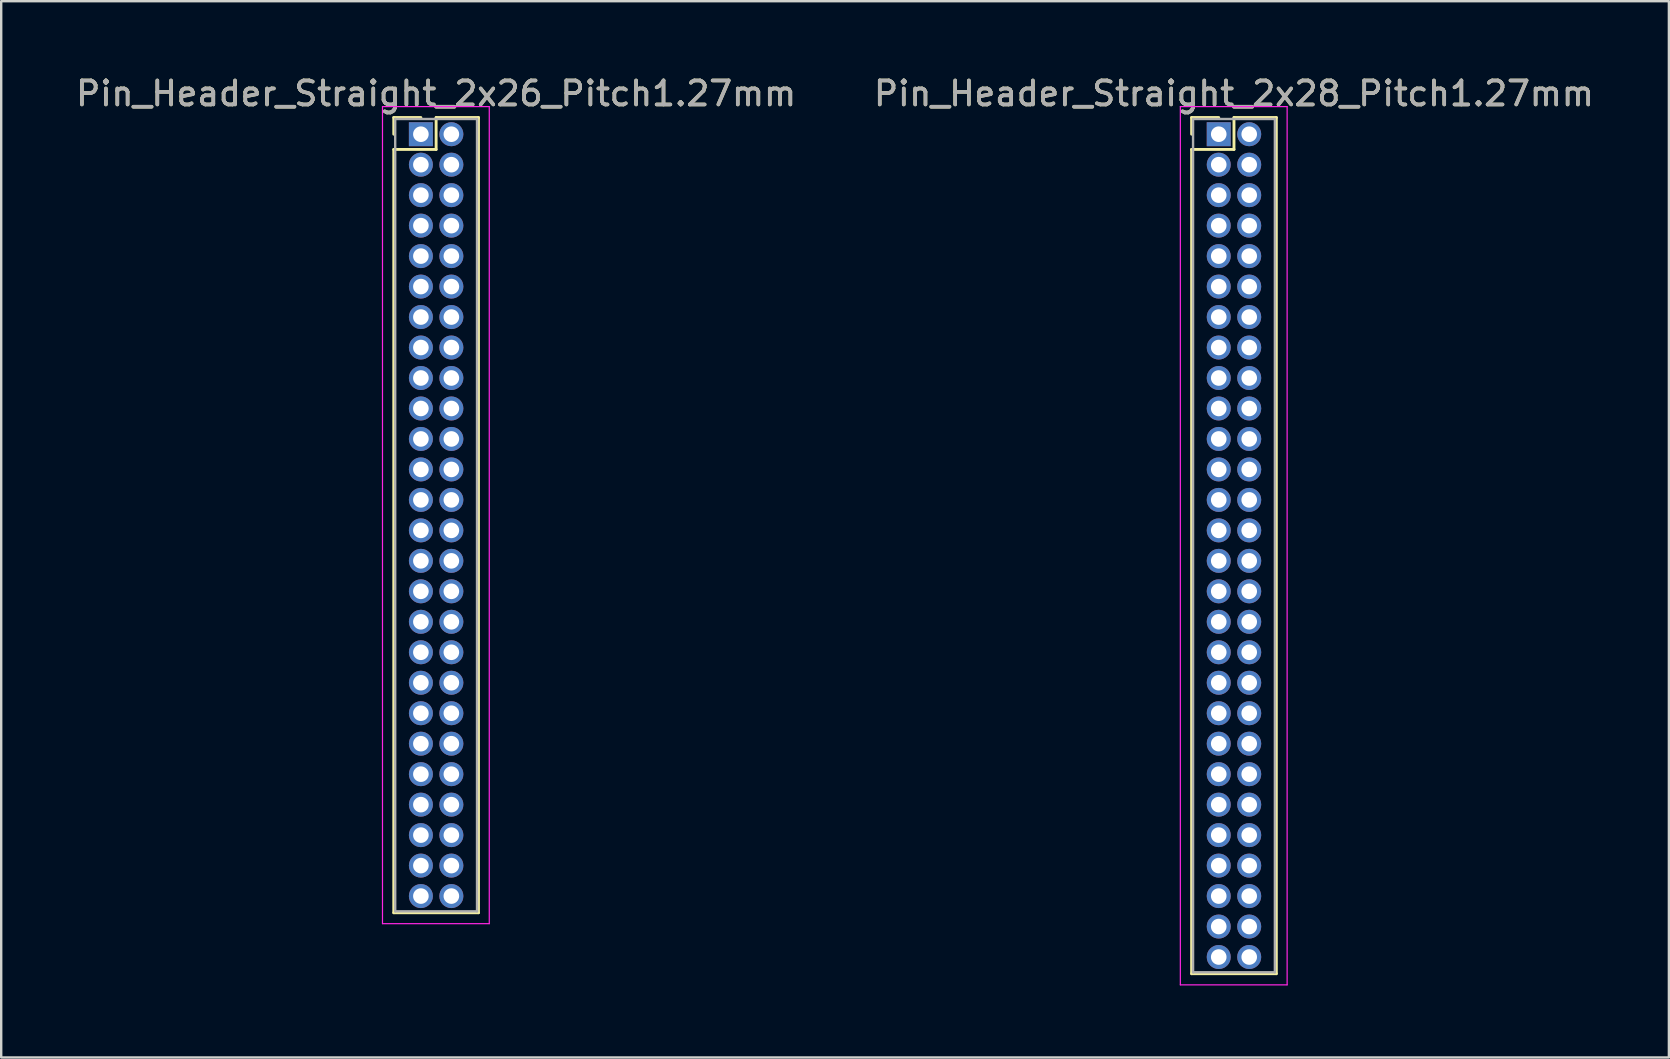
<source format=kicad_pcb>
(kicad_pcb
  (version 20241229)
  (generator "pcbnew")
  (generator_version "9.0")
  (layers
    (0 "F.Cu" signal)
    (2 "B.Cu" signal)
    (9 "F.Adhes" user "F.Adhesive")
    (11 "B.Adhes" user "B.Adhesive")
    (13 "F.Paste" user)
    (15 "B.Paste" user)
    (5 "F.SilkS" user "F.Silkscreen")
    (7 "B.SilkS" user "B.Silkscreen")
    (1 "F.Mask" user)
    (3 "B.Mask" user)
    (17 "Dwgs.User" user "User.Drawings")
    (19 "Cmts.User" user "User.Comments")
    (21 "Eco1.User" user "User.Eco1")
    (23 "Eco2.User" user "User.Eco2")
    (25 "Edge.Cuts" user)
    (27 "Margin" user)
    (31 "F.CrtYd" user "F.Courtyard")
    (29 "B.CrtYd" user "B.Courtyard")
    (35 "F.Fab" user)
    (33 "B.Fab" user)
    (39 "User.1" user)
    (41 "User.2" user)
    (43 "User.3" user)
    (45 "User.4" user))
  (footprint "Pin_Header_Straight_2x28_Pitch1.27mm"
    (layer "F.Cu")
    (at 47.74 2.543)
    (property "Reference" "Pin_Header_Straight_2x28_Pitch1.27mm" (at 0.635 -1.695 0) (layer "F.SilkS") (effects (font (size 1 1) (thickness 0.15))))
    (attr through_hole)
    (fp_line (start -1.13 -0.695) (end 0 -0.695) (stroke (width 0.12) (type solid)) (layer "F.SilkS"))
    (fp_line (start -1.13 0) (end -1.13 -0.695) (stroke (width 0.12) (type solid)) (layer "F.SilkS"))
    (fp_line (start -1.13 0.635) (end -1.13 34.985) (stroke (width 0.12) (type solid)) (layer "F.SilkS"))
    (fp_line (start -1.13 34.985) (end 2.4 34.985) (stroke (width 0.12) (type solid)) (layer "F.SilkS"))
    (fp_line (start 0.635 -0.695) (end 0.635 0.635) (stroke (width 0.12) (type solid)) (layer "F.SilkS"))
    (fp_line (start 0.635 0.635) (end -1.13 0.635) (stroke (width 0.12) (type solid)) (layer "F.SilkS"))
    (fp_line (start 2.4 -0.695) (end 0.635 -0.695) (stroke (width 0.12) (type solid)) (layer "F.SilkS"))
    (fp_line (start 2.4 34.985) (end 2.4 -0.695) (stroke (width 0.12) (type solid)) (layer "F.SilkS"))
    (fp_line (start -1.6 -1.15) (end -1.6 35.45) (stroke (width 0.05) (type solid)) (layer "F.CrtYd"))
    (fp_line (start -1.6 35.45) (end 2.85 35.45) (stroke (width 0.05) (type solid)) (layer "F.CrtYd"))
    (fp_line (start 2.85 -1.15) (end -1.6 -1.15) (stroke (width 0.05) (type solid)) (layer "F.CrtYd"))
    (fp_line (start 2.85 35.45) (end 2.85 -1.15) (stroke (width 0.05) (type solid)) (layer "F.CrtYd"))
    (fp_line (start -1.07 -0.635) (end -1.07 34.925) (stroke (width 0.1) (type solid)) (layer "F.Fab"))
    (fp_line (start -1.07 34.925) (end 2.34 34.925) (stroke (width 0.1) (type solid)) (layer "F.Fab"))
    (fp_line (start 2.34 -0.635) (end -1.07 -0.635) (stroke (width 0.1) (type solid)) (layer "F.Fab"))
    (fp_line (start 2.34 34.925) (end 2.34 -0.635) (stroke (width 0.1) (type solid)) (layer "F.Fab"))
    (fp_text user "${REFERENCE}" (at 0.635 -1.695 0) (layer "F.Fab") (effects (font (size 1 1) (thickness 0.15))))
    (pad "1" thru_hole rect (at 0 0) (size 1 1) (drill 0.65) (layers "*.Cu" "*.Mask"))
    (pad "2" thru_hole oval (at 1.27 0) (size 1 1) (drill 0.65) (layers "*.Cu" "*.Mask"))
    (pad "3" thru_hole oval (at 0 1.27) (size 1 1) (drill 0.65) (layers "*.Cu" "*.Mask"))
    (pad "4" thru_hole oval (at 1.27 1.27) (size 1 1) (drill 0.65) (layers "*.Cu" "*.Mask"))
    (pad "5" thru_hole oval (at 0 2.54) (size 1 1) (drill 0.65) (layers "*.Cu" "*.Mask"))
    (pad "6" thru_hole oval (at 1.27 2.54) (size 1 1) (drill 0.65) (layers "*.Cu" "*.Mask"))
    (pad "7" thru_hole oval (at 0 3.81) (size 1 1) (drill 0.65) (layers "*.Cu" "*.Mask"))
    (pad "8" thru_hole oval (at 1.27 3.81) (size 1 1) (drill 0.65) (layers "*.Cu" "*.Mask"))
    (pad "9" thru_hole oval (at 0 5.08) (size 1 1) (drill 0.65) (layers "*.Cu" "*.Mask"))
    (pad "10" thru_hole oval (at 1.27 5.08) (size 1 1) (drill 0.65) (layers "*.Cu" "*.Mask"))
    (pad "11" thru_hole oval (at 0 6.35) (size 1 1) (drill 0.65) (layers "*.Cu" "*.Mask"))
    (pad "12" thru_hole oval (at 1.27 6.35) (size 1 1) (drill 0.65) (layers "*.Cu" "*.Mask"))
    (pad "13" thru_hole oval (at 0 7.62) (size 1 1) (drill 0.65) (layers "*.Cu" "*.Mask"))
    (pad "14" thru_hole oval (at 1.27 7.62) (size 1 1) (drill 0.65) (layers "*.Cu" "*.Mask"))
    (pad "15" thru_hole oval (at 0 8.89) (size 1 1) (drill 0.65) (layers "*.Cu" "*.Mask"))
    (pad "16" thru_hole oval (at 1.27 8.89) (size 1 1) (drill 0.65) (layers "*.Cu" "*.Mask"))
    (pad "17" thru_hole oval (at 0 10.16) (size 1 1) (drill 0.65) (layers "*.Cu" "*.Mask"))
    (pad "18" thru_hole oval (at 1.27 10.16) (size 1 1) (drill 0.65) (layers "*.Cu" "*.Mask"))
    (pad "19" thru_hole oval (at 0 11.43) (size 1 1) (drill 0.65) (layers "*.Cu" "*.Mask"))
    (pad "20" thru_hole oval (at 1.27 11.43) (size 1 1) (drill 0.65) (layers "*.Cu" "*.Mask"))
    (pad "21" thru_hole oval (at 0 12.7) (size 1 1) (drill 0.65) (layers "*.Cu" "*.Mask"))
    (pad "22" thru_hole oval (at 1.27 12.7) (size 1 1) (drill 0.65) (layers "*.Cu" "*.Mask"))
    (pad "23" thru_hole oval (at 0 13.97) (size 1 1) (drill 0.65) (layers "*.Cu" "*.Mask"))
    (pad "24" thru_hole oval (at 1.27 13.97) (size 1 1) (drill 0.65) (layers "*.Cu" "*.Mask"))
    (pad "25" thru_hole oval (at 0 15.24) (size 1 1) (drill 0.65) (layers "*.Cu" "*.Mask"))
    (pad "26" thru_hole oval (at 1.27 15.24) (size 1 1) (drill 0.65) (layers "*.Cu" "*.Mask"))
    (pad "27" thru_hole oval (at 0 16.51) (size 1 1) (drill 0.65) (layers "*.Cu" "*.Mask"))
    (pad "28" thru_hole oval (at 1.27 16.51) (size 1 1) (drill 0.65) (layers "*.Cu" "*.Mask"))
    (pad "29" thru_hole oval (at 0 17.78) (size 1 1) (drill 0.65) (layers "*.Cu" "*.Mask"))
    (pad "30" thru_hole oval (at 1.27 17.78) (size 1 1) (drill 0.65) (layers "*.Cu" "*.Mask"))
    (pad "31" thru_hole oval (at 0 19.05) (size 1 1) (drill 0.65) (layers "*.Cu" "*.Mask"))
    (pad "32" thru_hole oval (at 1.27 19.05) (size 1 1) (drill 0.65) (layers "*.Cu" "*.Mask"))
    (pad "33" thru_hole oval (at 0 20.32) (size 1 1) (drill 0.65) (layers "*.Cu" "*.Mask"))
    (pad "34" thru_hole oval (at 1.27 20.32) (size 1 1) (drill 0.65) (layers "*.Cu" "*.Mask"))
    (pad "35" thru_hole oval (at 0 21.59) (size 1 1) (drill 0.65) (layers "*.Cu" "*.Mask"))
    (pad "36" thru_hole oval (at 1.27 21.59) (size 1 1) (drill 0.65) (layers "*.Cu" "*.Mask"))
    (pad "37" thru_hole oval (at 0 22.86) (size 1 1) (drill 0.65) (layers "*.Cu" "*.Mask"))
    (pad "38" thru_hole oval (at 1.27 22.86) (size 1 1) (drill 0.65) (layers "*.Cu" "*.Mask"))
    (pad "39" thru_hole oval (at 0 24.13) (size 1 1) (drill 0.65) (layers "*.Cu" "*.Mask"))
    (pad "40" thru_hole oval (at 1.27 24.13) (size 1 1) (drill 0.65) (layers "*.Cu" "*.Mask"))
    (pad "41" thru_hole oval (at 0 25.4) (size 1 1) (drill 0.65) (layers "*.Cu" "*.Mask"))
    (pad "42" thru_hole oval (at 1.27 25.4) (size 1 1) (drill 0.65) (layers "*.Cu" "*.Mask"))
    (pad "43" thru_hole oval (at 0 26.67) (size 1 1) (drill 0.65) (layers "*.Cu" "*.Mask"))
    (pad "44" thru_hole oval (at 1.27 26.67) (size 1 1) (drill 0.65) (layers "*.Cu" "*.Mask"))
    (pad "45" thru_hole oval (at 0 27.94) (size 1 1) (drill 0.65) (layers "*.Cu" "*.Mask"))
    (pad "46" thru_hole oval (at 1.27 27.94) (size 1 1) (drill 0.65) (layers "*.Cu" "*.Mask"))
    (pad "47" thru_hole oval (at 0 29.21) (size 1 1) (drill 0.65) (layers "*.Cu" "*.Mask"))
    (pad "48" thru_hole oval (at 1.27 29.21) (size 1 1) (drill 0.65) (layers "*.Cu" "*.Mask"))
    (pad "49" thru_hole oval (at 0 30.48) (size 1 1) (drill 0.65) (layers "*.Cu" "*.Mask"))
    (pad "50" thru_hole oval (at 1.27 30.48) (size 1 1) (drill 0.65) (layers "*.Cu" "*.Mask"))
    (pad "51" thru_hole oval (at 0 31.75) (size 1 1) (drill 0.65) (layers "*.Cu" "*.Mask"))
    (pad "52" thru_hole oval (at 1.27 31.75) (size 1 1) (drill 0.65) (layers "*.Cu" "*.Mask"))
    (pad "53" thru_hole oval (at 0 33.02) (size 1 1) (drill 0.65) (layers "*.Cu" "*.Mask"))
    (pad "54" thru_hole oval (at 1.27 33.02) (size 1 1) (drill 0.65) (layers "*.Cu" "*.Mask"))
    (pad "55" thru_hole oval (at 0 34.29) (size 1 1) (drill 0.65) (layers "*.Cu" "*.Mask"))
    (pad "56" thru_hole oval (at 1.27 34.29) (size 1 1) (drill 0.65) (layers "*.Cu" "*.Mask")))
  (footprint "Pin_Header_Straight_2x26_Pitch1.27mm"
    (layer "F.Cu")
    (at 14.49 2.543)
    (property "Reference" "Pin_Header_Straight_2x26_Pitch1.27mm" (at 0.635 -1.695 0) (layer "F.SilkS") (effects (font (size 1 1) (thickness 0.15))))
    (attr through_hole)
    (fp_line (start -1.13 -0.695) (end 0 -0.695) (stroke (width 0.12) (type solid)) (layer "F.SilkS"))
    (fp_line (start -1.13 0) (end -1.13 -0.695) (stroke (width 0.12) (type solid)) (layer "F.SilkS"))
    (fp_line (start -1.13 0.635) (end -1.13 32.445) (stroke (width 0.12) (type solid)) (layer "F.SilkS"))
    (fp_line (start -1.13 32.445) (end 2.4 32.445) (stroke (width 0.12) (type solid)) (layer "F.SilkS"))
    (fp_line (start 0.635 -0.695) (end 0.635 0.635) (stroke (width 0.12) (type solid)) (layer "F.SilkS"))
    (fp_line (start 0.635 0.635) (end -1.13 0.635) (stroke (width 0.12) (type solid)) (layer "F.SilkS"))
    (fp_line (start 2.4 -0.695) (end 0.635 -0.695) (stroke (width 0.12) (type solid)) (layer "F.SilkS"))
    (fp_line (start 2.4 32.445) (end 2.4 -0.695) (stroke (width 0.12) (type solid)) (layer "F.SilkS"))
    (fp_line (start -1.6 -1.15) (end -1.6 32.9) (stroke (width 0.05) (type solid)) (layer "F.CrtYd"))
    (fp_line (start -1.6 32.9) (end 2.85 32.9) (stroke (width 0.05) (type solid)) (layer "F.CrtYd"))
    (fp_line (start 2.85 -1.15) (end -1.6 -1.15) (stroke (width 0.05) (type solid)) (layer "F.CrtYd"))
    (fp_line (start 2.85 32.9) (end 2.85 -1.15) (stroke (width 0.05) (type solid)) (layer "F.CrtYd"))
    (fp_line (start -1.07 -0.635) (end -1.07 32.385) (stroke (width 0.1) (type solid)) (layer "F.Fab"))
    (fp_line (start -1.07 32.385) (end 2.34 32.385) (stroke (width 0.1) (type solid)) (layer "F.Fab"))
    (fp_line (start 2.34 -0.635) (end -1.07 -0.635) (stroke (width 0.1) (type solid)) (layer "F.Fab"))
    (fp_line (start 2.34 32.385) (end 2.34 -0.635) (stroke (width 0.1) (type solid)) (layer "F.Fab"))
    (fp_text user "${REFERENCE}" (at 0.635 -1.695 0) (layer "F.Fab") (effects (font (size 1 1) (thickness 0.15))))
    (pad "1" thru_hole rect (at 0 0) (size 1 1) (drill 0.65) (layers "*.Cu" "*.Mask"))
    (pad "2" thru_hole oval (at 1.27 0) (size 1 1) (drill 0.65) (layers "*.Cu" "*.Mask"))
    (pad "3" thru_hole oval (at 0 1.27) (size 1 1) (drill 0.65) (layers "*.Cu" "*.Mask"))
    (pad "4" thru_hole oval (at 1.27 1.27) (size 1 1) (drill 0.65) (layers "*.Cu" "*.Mask"))
    (pad "5" thru_hole oval (at 0 2.54) (size 1 1) (drill 0.65) (layers "*.Cu" "*.Mask"))
    (pad "6" thru_hole oval (at 1.27 2.54) (size 1 1) (drill 0.65) (layers "*.Cu" "*.Mask"))
    (pad "7" thru_hole oval (at 0 3.81) (size 1 1) (drill 0.65) (layers "*.Cu" "*.Mask"))
    (pad "8" thru_hole oval (at 1.27 3.81) (size 1 1) (drill 0.65) (layers "*.Cu" "*.Mask"))
    (pad "9" thru_hole oval (at 0 5.08) (size 1 1) (drill 0.65) (layers "*.Cu" "*.Mask"))
    (pad "10" thru_hole oval (at 1.27 5.08) (size 1 1) (drill 0.65) (layers "*.Cu" "*.Mask"))
    (pad "11" thru_hole oval (at 0 6.35) (size 1 1) (drill 0.65) (layers "*.Cu" "*.Mask"))
    (pad "12" thru_hole oval (at 1.27 6.35) (size 1 1) (drill 0.65) (layers "*.Cu" "*.Mask"))
    (pad "13" thru_hole oval (at 0 7.62) (size 1 1) (drill 0.65) (layers "*.Cu" "*.Mask"))
    (pad "14" thru_hole oval (at 1.27 7.62) (size 1 1) (drill 0.65) (layers "*.Cu" "*.Mask"))
    (pad "15" thru_hole oval (at 0 8.89) (size 1 1) (drill 0.65) (layers "*.Cu" "*.Mask"))
    (pad "16" thru_hole oval (at 1.27 8.89) (size 1 1) (drill 0.65) (layers "*.Cu" "*.Mask"))
    (pad "17" thru_hole oval (at 0 10.16) (size 1 1) (drill 0.65) (layers "*.Cu" "*.Mask"))
    (pad "18" thru_hole oval (at 1.27 10.16) (size 1 1) (drill 0.65) (layers "*.Cu" "*.Mask"))
    (pad "19" thru_hole oval (at 0 11.43) (size 1 1) (drill 0.65) (layers "*.Cu" "*.Mask"))
    (pad "20" thru_hole oval (at 1.27 11.43) (size 1 1) (drill 0.65) (layers "*.Cu" "*.Mask"))
    (pad "21" thru_hole oval (at 0 12.7) (size 1 1) (drill 0.65) (layers "*.Cu" "*.Mask"))
    (pad "22" thru_hole oval (at 1.27 12.7) (size 1 1) (drill 0.65) (layers "*.Cu" "*.Mask"))
    (pad "23" thru_hole oval (at 0 13.97) (size 1 1) (drill 0.65) (layers "*.Cu" "*.Mask"))
    (pad "24" thru_hole oval (at 1.27 13.97) (size 1 1) (drill 0.65) (layers "*.Cu" "*.Mask"))
    (pad "25" thru_hole oval (at 0 15.24) (size 1 1) (drill 0.65) (layers "*.Cu" "*.Mask"))
    (pad "26" thru_hole oval (at 1.27 15.24) (size 1 1) (drill 0.65) (layers "*.Cu" "*.Mask"))
    (pad "27" thru_hole oval (at 0 16.51) (size 1 1) (drill 0.65) (layers "*.Cu" "*.Mask"))
    (pad "28" thru_hole oval (at 1.27 16.51) (size 1 1) (drill 0.65) (layers "*.Cu" "*.Mask"))
    (pad "29" thru_hole oval (at 0 17.78) (size 1 1) (drill 0.65) (layers "*.Cu" "*.Mask"))
    (pad "30" thru_hole oval (at 1.27 17.78) (size 1 1) (drill 0.65) (layers "*.Cu" "*.Mask"))
    (pad "31" thru_hole oval (at 0 19.05) (size 1 1) (drill 0.65) (layers "*.Cu" "*.Mask"))
    (pad "32" thru_hole oval (at 1.27 19.05) (size 1 1) (drill 0.65) (layers "*.Cu" "*.Mask"))
    (pad "33" thru_hole oval (at 0 20.32) (size 1 1) (drill 0.65) (layers "*.Cu" "*.Mask"))
    (pad "34" thru_hole oval (at 1.27 20.32) (size 1 1) (drill 0.65) (layers "*.Cu" "*.Mask"))
    (pad "35" thru_hole oval (at 0 21.59) (size 1 1) (drill 0.65) (layers "*.Cu" "*.Mask"))
    (pad "36" thru_hole oval (at 1.27 21.59) (size 1 1) (drill 0.65) (layers "*.Cu" "*.Mask"))
    (pad "37" thru_hole oval (at 0 22.86) (size 1 1) (drill 0.65) (layers "*.Cu" "*.Mask"))
    (pad "38" thru_hole oval (at 1.27 22.86) (size 1 1) (drill 0.65) (layers "*.Cu" "*.Mask"))
    (pad "39" thru_hole oval (at 0 24.13) (size 1 1) (drill 0.65) (layers "*.Cu" "*.Mask"))
    (pad "40" thru_hole oval (at 1.27 24.13) (size 1 1) (drill 0.65) (layers "*.Cu" "*.Mask"))
    (pad "41" thru_hole oval (at 0 25.4) (size 1 1) (drill 0.65) (layers "*.Cu" "*.Mask"))
    (pad "42" thru_hole oval (at 1.27 25.4) (size 1 1) (drill 0.65) (layers "*.Cu" "*.Mask"))
    (pad "43" thru_hole oval (at 0 26.67) (size 1 1) (drill 0.65) (layers "*.Cu" "*.Mask"))
    (pad "44" thru_hole oval (at 1.27 26.67) (size 1 1) (drill 0.65) (layers "*.Cu" "*.Mask"))
    (pad "45" thru_hole oval (at 0 27.94) (size 1 1) (drill 0.65) (layers "*.Cu" "*.Mask"))
    (pad "46" thru_hole oval (at 1.27 27.94) (size 1 1) (drill 0.65) (layers "*.Cu" "*.Mask"))
    (pad "47" thru_hole oval (at 0 29.21) (size 1 1) (drill 0.65) (layers "*.Cu" "*.Mask"))
    (pad "48" thru_hole oval (at 1.27 29.21) (size 1 1) (drill 0.65) (layers "*.Cu" "*.Mask"))
    (pad "49" thru_hole oval (at 0 30.48) (size 1 1) (drill 0.65) (layers "*.Cu" "*.Mask"))
    (pad "50" thru_hole oval (at 1.27 30.48) (size 1 1) (drill 0.65) (layers "*.Cu" "*.Mask"))
    (pad "51" thru_hole oval (at 0 31.75) (size 1 1) (drill 0.65) (layers "*.Cu" "*.Mask"))
    (pad "52" thru_hole oval (at 1.27 31.75) (size 1 1) (drill 0.65) (layers "*.Cu" "*.Mask")))
  (gr_rect
    (start -3 -3)
    (end 66.5 41.018)
    (stroke (width 0.1) (type default))
    (fill no)
    (layer "Edge.Cuts")))
</source>
